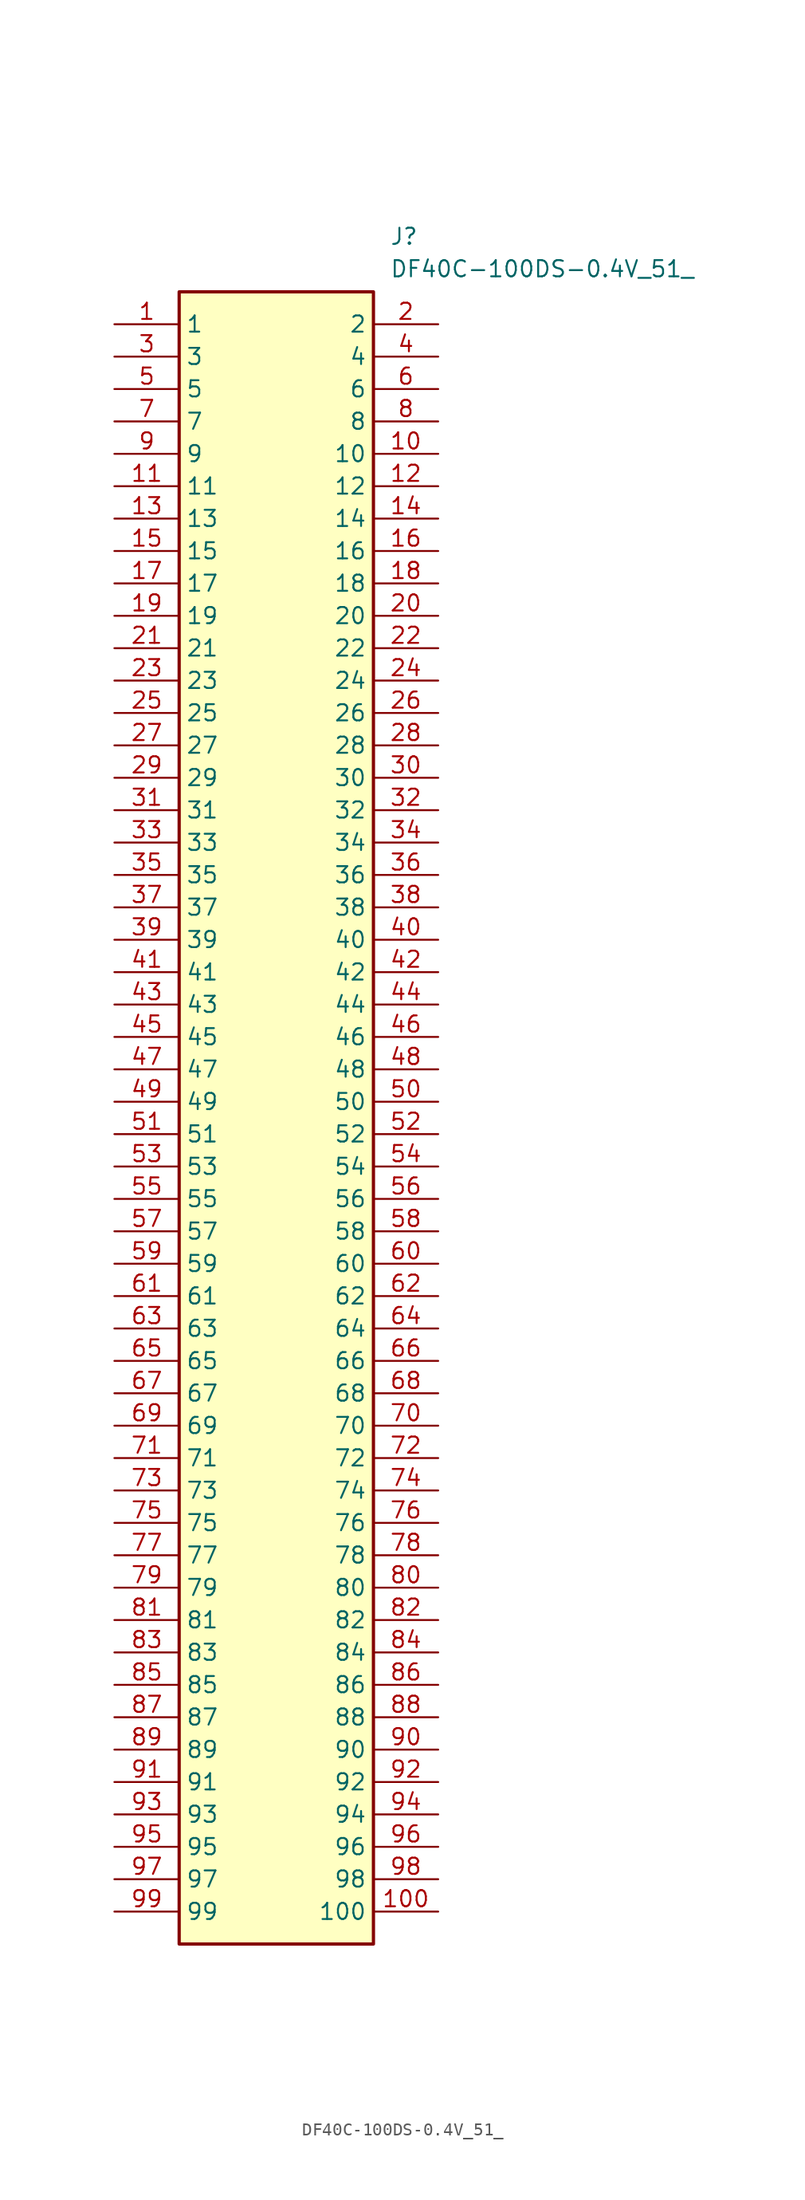
<source format=kicad_sym>
(kicad_symbol_lib
  (version 20231120)
  (generator "kicad_symbol_editor")
  (generator_version "8.0")
  (symbol "DF40C-100DS-0.4V_51_"
    (property "Reference" "J"
      (at 21.59 7.62 0)
      (effects (font (size 1.27 1.27)) (justify left top)))
    (property "Value" "DF40C-100DS-0.4V_51_"
      (at 21.59 5.08 0)
      (effects (font (size 1.27 1.27)) (justify left top)))
    (symbol "DF40C-100DS-0.4V_51__1_1"
      (rectangle (start 5.08 2.54) (end 20.32 -127) (stroke (width 0.254) (type default)) (fill (type background)))
      (pin passive line (at 0 0 0) (length 5.08) (name "1" (effects (font (size 1.27 1.27)))) (number "1" (effects (font (size 1.27 1.27)))))
      (pin passive line (at 25.4 -10.16 180) (length 5.08) (name "10" (effects (font (size 1.27 1.27)))) (number "10" (effects (font (size 1.27 1.27)))))
      (pin passive line (at 25.4 -124.46 180) (length 5.08) (name "100" (effects (font (size 1.27 1.27)))) (number "100" (effects (font (size 1.27 1.27)))))
      (pin passive line (at 0 -12.7 0) (length 5.08) (name "11" (effects (font (size 1.27 1.27)))) (number "11" (effects (font (size 1.27 1.27)))))
      (pin passive line (at 25.4 -12.7 180) (length 5.08) (name "12" (effects (font (size 1.27 1.27)))) (number "12" (effects (font (size 1.27 1.27)))))
      (pin passive line (at 0 -15.24 0) (length 5.08) (name "13" (effects (font (size 1.27 1.27)))) (number "13" (effects (font (size 1.27 1.27)))))
      (pin passive line (at 25.4 -15.24 180) (length 5.08) (name "14" (effects (font (size 1.27 1.27)))) (number "14" (effects (font (size 1.27 1.27)))))
      (pin passive line (at 0 -17.78 0) (length 5.08) (name "15" (effects (font (size 1.27 1.27)))) (number "15" (effects (font (size 1.27 1.27)))))
      (pin passive line (at 25.4 -17.78 180) (length 5.08) (name "16" (effects (font (size 1.27 1.27)))) (number "16" (effects (font (size 1.27 1.27)))))
      (pin passive line (at 0 -20.32 0) (length 5.08) (name "17" (effects (font (size 1.27 1.27)))) (number "17" (effects (font (size 1.27 1.27)))))
      (pin passive line (at 25.4 -20.32 180) (length 5.08) (name "18" (effects (font (size 1.27 1.27)))) (number "18" (effects (font (size 1.27 1.27)))))
      (pin passive line (at 0 -22.86 0) (length 5.08) (name "19" (effects (font (size 1.27 1.27)))) (number "19" (effects (font (size 1.27 1.27)))))
      (pin passive line (at 25.4 0 180) (length 5.08) (name "2" (effects (font (size 1.27 1.27)))) (number "2" (effects (font (size 1.27 1.27)))))
      (pin passive line (at 25.4 -22.86 180) (length 5.08) (name "20" (effects (font (size 1.27 1.27)))) (number "20" (effects (font (size 1.27 1.27)))))
      (pin passive line (at 0 -25.4 0) (length 5.08) (name "21" (effects (font (size 1.27 1.27)))) (number "21" (effects (font (size 1.27 1.27)))))
      (pin passive line (at 25.4 -25.4 180) (length 5.08) (name "22" (effects (font (size 1.27 1.27)))) (number "22" (effects (font (size 1.27 1.27)))))
      (pin passive line (at 0 -27.94 0) (length 5.08) (name "23" (effects (font (size 1.27 1.27)))) (number "23" (effects (font (size 1.27 1.27)))))
      (pin passive line (at 25.4 -27.94 180) (length 5.08) (name "24" (effects (font (size 1.27 1.27)))) (number "24" (effects (font (size 1.27 1.27)))))
      (pin passive line (at 0 -30.48 0) (length 5.08) (name "25" (effects (font (size 1.27 1.27)))) (number "25" (effects (font (size 1.27 1.27)))))
      (pin passive line (at 25.4 -30.48 180) (length 5.08) (name "26" (effects (font (size 1.27 1.27)))) (number "26" (effects (font (size 1.27 1.27)))))
      (pin passive line (at 0 -33.02 0) (length 5.08) (name "27" (effects (font (size 1.27 1.27)))) (number "27" (effects (font (size 1.27 1.27)))))
      (pin passive line (at 25.4 -33.02 180) (length 5.08) (name "28" (effects (font (size 1.27 1.27)))) (number "28" (effects (font (size 1.27 1.27)))))
      (pin passive line (at 0 -35.56 0) (length 5.08) (name "29" (effects (font (size 1.27 1.27)))) (number "29" (effects (font (size 1.27 1.27)))))
      (pin passive line (at 0 -2.54 0) (length 5.08) (name "3" (effects (font (size 1.27 1.27)))) (number "3" (effects (font (size 1.27 1.27)))))
      (pin passive line (at 25.4 -35.56 180) (length 5.08) (name "30" (effects (font (size 1.27 1.27)))) (number "30" (effects (font (size 1.27 1.27)))))
      (pin passive line (at 0 -38.1 0) (length 5.08) (name "31" (effects (font (size 1.27 1.27)))) (number "31" (effects (font (size 1.27 1.27)))))
      (pin passive line (at 25.4 -38.1 180) (length 5.08) (name "32" (effects (font (size 1.27 1.27)))) (number "32" (effects (font (size 1.27 1.27)))))
      (pin passive line (at 0 -40.64 0) (length 5.08) (name "33" (effects (font (size 1.27 1.27)))) (number "33" (effects (font (size 1.27 1.27)))))
      (pin passive line (at 25.4 -40.64 180) (length 5.08) (name "34" (effects (font (size 1.27 1.27)))) (number "34" (effects (font (size 1.27 1.27)))))
      (pin passive line (at 0 -43.18 0) (length 5.08) (name "35" (effects (font (size 1.27 1.27)))) (number "35" (effects (font (size 1.27 1.27)))))
      (pin passive line (at 25.4 -43.18 180) (length 5.08) (name "36" (effects (font (size 1.27 1.27)))) (number "36" (effects (font (size 1.27 1.27)))))
      (pin passive line (at 0 -45.72 0) (length 5.08) (name "37" (effects (font (size 1.27 1.27)))) (number "37" (effects (font (size 1.27 1.27)))))
      (pin passive line (at 25.4 -45.72 180) (length 5.08) (name "38" (effects (font (size 1.27 1.27)))) (number "38" (effects (font (size 1.27 1.27)))))
      (pin passive line (at 0 -48.26 0) (length 5.08) (name "39" (effects (font (size 1.27 1.27)))) (number "39" (effects (font (size 1.27 1.27)))))
      (pin passive line (at 25.4 -2.54 180) (length 5.08) (name "4" (effects (font (size 1.27 1.27)))) (number "4" (effects (font (size 1.27 1.27)))))
      (pin passive line (at 25.4 -48.26 180) (length 5.08) (name "40" (effects (font (size 1.27 1.27)))) (number "40" (effects (font (size 1.27 1.27)))))
      (pin passive line (at 0 -50.8 0) (length 5.08) (name "41" (effects (font (size 1.27 1.27)))) (number "41" (effects (font (size 1.27 1.27)))))
      (pin passive line (at 25.4 -50.8 180) (length 5.08) (name "42" (effects (font (size 1.27 1.27)))) (number "42" (effects (font (size 1.27 1.27)))))
      (pin passive line (at 0 -53.34 0) (length 5.08) (name "43" (effects (font (size 1.27 1.27)))) (number "43" (effects (font (size 1.27 1.27)))))
      (pin passive line (at 25.4 -53.34 180) (length 5.08) (name "44" (effects (font (size 1.27 1.27)))) (number "44" (effects (font (size 1.27 1.27)))))
      (pin passive line (at 0 -55.88 0) (length 5.08) (name "45" (effects (font (size 1.27 1.27)))) (number "45" (effects (font (size 1.27 1.27)))))
      (pin passive line (at 25.4 -55.88 180) (length 5.08) (name "46" (effects (font (size 1.27 1.27)))) (number "46" (effects (font (size 1.27 1.27)))))
      (pin passive line (at 0 -58.42 0) (length 5.08) (name "47" (effects (font (size 1.27 1.27)))) (number "47" (effects (font (size 1.27 1.27)))))
      (pin passive line (at 25.4 -58.42 180) (length 5.08) (name "48" (effects (font (size 1.27 1.27)))) (number "48" (effects (font (size 1.27 1.27)))))
      (pin passive line (at 0 -60.96 0) (length 5.08) (name "49" (effects (font (size 1.27 1.27)))) (number "49" (effects (font (size 1.27 1.27)))))
      (pin passive line (at 0 -5.08 0) (length 5.08) (name "5" (effects (font (size 1.27 1.27)))) (number "5" (effects (font (size 1.27 1.27)))))
      (pin passive line (at 25.4 -60.96 180) (length 5.08) (name "50" (effects (font (size 1.27 1.27)))) (number "50" (effects (font (size 1.27 1.27)))))
      (pin passive line (at 0 -63.5 0) (length 5.08) (name "51" (effects (font (size 1.27 1.27)))) (number "51" (effects (font (size 1.27 1.27)))))
      (pin passive line (at 25.4 -63.5 180) (length 5.08) (name "52" (effects (font (size 1.27 1.27)))) (number "52" (effects (font (size 1.27 1.27)))))
      (pin passive line (at 0 -66.04 0) (length 5.08) (name "53" (effects (font (size 1.27 1.27)))) (number "53" (effects (font (size 1.27 1.27)))))
      (pin passive line (at 25.4 -66.04 180) (length 5.08) (name "54" (effects (font (size 1.27 1.27)))) (number "54" (effects (font (size 1.27 1.27)))))
      (pin passive line (at 0 -68.58 0) (length 5.08) (name "55" (effects (font (size 1.27 1.27)))) (number "55" (effects (font (size 1.27 1.27)))))
      (pin passive line (at 25.4 -68.58 180) (length 5.08) (name "56" (effects (font (size 1.27 1.27)))) (number "56" (effects (font (size 1.27 1.27)))))
      (pin passive line (at 0 -71.12 0) (length 5.08) (name "57" (effects (font (size 1.27 1.27)))) (number "57" (effects (font (size 1.27 1.27)))))
      (pin passive line (at 25.4 -71.12 180) (length 5.08) (name "58" (effects (font (size 1.27 1.27)))) (number "58" (effects (font (size 1.27 1.27)))))
      (pin passive line (at 0 -73.66 0) (length 5.08) (name "59" (effects (font (size 1.27 1.27)))) (number "59" (effects (font (size 1.27 1.27)))))
      (pin passive line (at 25.4 -5.08 180) (length 5.08) (name "6" (effects (font (size 1.27 1.27)))) (number "6" (effects (font (size 1.27 1.27)))))
      (pin passive line (at 25.4 -73.66 180) (length 5.08) (name "60" (effects (font (size 1.27 1.27)))) (number "60" (effects (font (size 1.27 1.27)))))
      (pin passive line (at 0 -76.2 0) (length 5.08) (name "61" (effects (font (size 1.27 1.27)))) (number "61" (effects (font (size 1.27 1.27)))))
      (pin passive line (at 25.4 -76.2 180) (length 5.08) (name "62" (effects (font (size 1.27 1.27)))) (number "62" (effects (font (size 1.27 1.27)))))
      (pin passive line (at 0 -78.74 0) (length 5.08) (name "63" (effects (font (size 1.27 1.27)))) (number "63" (effects (font (size 1.27 1.27)))))
      (pin passive line (at 25.4 -78.74 180) (length 5.08) (name "64" (effects (font (size 1.27 1.27)))) (number "64" (effects (font (size 1.27 1.27)))))
      (pin passive line (at 0 -81.28 0) (length 5.08) (name "65" (effects (font (size 1.27 1.27)))) (number "65" (effects (font (size 1.27 1.27)))))
      (pin passive line (at 25.4 -81.28 180) (length 5.08) (name "66" (effects (font (size 1.27 1.27)))) (number "66" (effects (font (size 1.27 1.27)))))
      (pin passive line (at 0 -83.82 0) (length 5.08) (name "67" (effects (font (size 1.27 1.27)))) (number "67" (effects (font (size 1.27 1.27)))))
      (pin passive line (at 25.4 -83.82 180) (length 5.08) (name "68" (effects (font (size 1.27 1.27)))) (number "68" (effects (font (size 1.27 1.27)))))
      (pin passive line (at 0 -86.36 0) (length 5.08) (name "69" (effects (font (size 1.27 1.27)))) (number "69" (effects (font (size 1.27 1.27)))))
      (pin passive line (at 0 -7.62 0) (length 5.08) (name "7" (effects (font (size 1.27 1.27)))) (number "7" (effects (font (size 1.27 1.27)))))
      (pin passive line (at 25.4 -86.36 180) (length 5.08) (name "70" (effects (font (size 1.27 1.27)))) (number "70" (effects (font (size 1.27 1.27)))))
      (pin passive line (at 0 -88.9 0) (length 5.08) (name "71" (effects (font (size 1.27 1.27)))) (number "71" (effects (font (size 1.27 1.27)))))
      (pin passive line (at 25.4 -88.9 180) (length 5.08) (name "72" (effects (font (size 1.27 1.27)))) (number "72" (effects (font (size 1.27 1.27)))))
      (pin passive line (at 0 -91.44 0) (length 5.08) (name "73" (effects (font (size 1.27 1.27)))) (number "73" (effects (font (size 1.27 1.27)))))
      (pin passive line (at 25.4 -91.44 180) (length 5.08) (name "74" (effects (font (size 1.27 1.27)))) (number "74" (effects (font (size 1.27 1.27)))))
      (pin passive line (at 0 -93.98 0) (length 5.08) (name "75" (effects (font (size 1.27 1.27)))) (number "75" (effects (font (size 1.27 1.27)))))
      (pin passive line (at 25.4 -93.98 180) (length 5.08) (name "76" (effects (font (size 1.27 1.27)))) (number "76" (effects (font (size 1.27 1.27)))))
      (pin passive line (at 0 -96.52 0) (length 5.08) (name "77" (effects (font (size 1.27 1.27)))) (number "77" (effects (font (size 1.27 1.27)))))
      (pin passive line (at 25.4 -96.52 180) (length 5.08) (name "78" (effects (font (size 1.27 1.27)))) (number "78" (effects (font (size 1.27 1.27)))))
      (pin passive line (at 0 -99.06 0) (length 5.08) (name "79" (effects (font (size 1.27 1.27)))) (number "79" (effects (font (size 1.27 1.27)))))
      (pin passive line (at 25.4 -7.62 180) (length 5.08) (name "8" (effects (font (size 1.27 1.27)))) (number "8" (effects (font (size 1.27 1.27)))))
      (pin passive line (at 25.4 -99.06 180) (length 5.08) (name "80" (effects (font (size 1.27 1.27)))) (number "80" (effects (font (size 1.27 1.27)))))
      (pin passive line (at 0 -101.6 0) (length 5.08) (name "81" (effects (font (size 1.27 1.27)))) (number "81" (effects (font (size 1.27 1.27)))))
      (pin passive line (at 25.4 -101.6 180) (length 5.08) (name "82" (effects (font (size 1.27 1.27)))) (number "82" (effects (font (size 1.27 1.27)))))
      (pin passive line (at 0 -104.14 0) (length 5.08) (name "83" (effects (font (size 1.27 1.27)))) (number "83" (effects (font (size 1.27 1.27)))))
      (pin passive line (at 25.4 -104.14 180) (length 5.08) (name "84" (effects (font (size 1.27 1.27)))) (number "84" (effects (font (size 1.27 1.27)))))
      (pin passive line (at 0 -106.68 0) (length 5.08) (name "85" (effects (font (size 1.27 1.27)))) (number "85" (effects (font (size 1.27 1.27)))))
      (pin passive line (at 25.4 -106.68 180) (length 5.08) (name "86" (effects (font (size 1.27 1.27)))) (number "86" (effects (font (size 1.27 1.27)))))
      (pin passive line (at 0 -109.22 0) (length 5.08) (name "87" (effects (font (size 1.27 1.27)))) (number "87" (effects (font (size 1.27 1.27)))))
      (pin passive line (at 25.4 -109.22 180) (length 5.08) (name "88" (effects (font (size 1.27 1.27)))) (number "88" (effects (font (size 1.27 1.27)))))
      (pin passive line (at 0 -111.76 0) (length 5.08) (name "89" (effects (font (size 1.27 1.27)))) (number "89" (effects (font (size 1.27 1.27)))))
      (pin passive line (at 0 -10.16 0) (length 5.08) (name "9" (effects (font (size 1.27 1.27)))) (number "9" (effects (font (size 1.27 1.27)))))
      (pin passive line (at 25.4 -111.76 180) (length 5.08) (name "90" (effects (font (size 1.27 1.27)))) (number "90" (effects (font (size 1.27 1.27)))))
      (pin passive line (at 0 -114.3 0) (length 5.08) (name "91" (effects (font (size 1.27 1.27)))) (number "91" (effects (font (size 1.27 1.27)))))
      (pin passive line (at 25.4 -114.3 180) (length 5.08) (name "92" (effects (font (size 1.27 1.27)))) (number "92" (effects (font (size 1.27 1.27)))))
      (pin passive line (at 0 -116.84 0) (length 5.08) (name "93" (effects (font (size 1.27 1.27)))) (number "93" (effects (font (size 1.27 1.27)))))
      (pin passive line (at 25.4 -116.84 180) (length 5.08) (name "94" (effects (font (size 1.27 1.27)))) (number "94" (effects (font (size 1.27 1.27)))))
      (pin passive line (at 0 -119.38 0) (length 5.08) (name "95" (effects (font (size 1.27 1.27)))) (number "95" (effects (font (size 1.27 1.27)))))
      (pin passive line (at 25.4 -119.38 180) (length 5.08) (name "96" (effects (font (size 1.27 1.27)))) (number "96" (effects (font (size 1.27 1.27)))))
      (pin passive line (at 0 -121.92 0) (length 5.08) (name "97" (effects (font (size 1.27 1.27)))) (number "97" (effects (font (size 1.27 1.27)))))
      (pin passive line (at 25.4 -121.92 180) (length 5.08) (name "98" (effects (font (size 1.27 1.27)))) (number "98" (effects (font (size 1.27 1.27)))))
      (pin passive line (at 0 -124.46 0) (length 5.08) (name "99" (effects (font (size 1.27 1.27)))) (number "99" (effects (font (size 1.27 1.27))))))))
</source>
